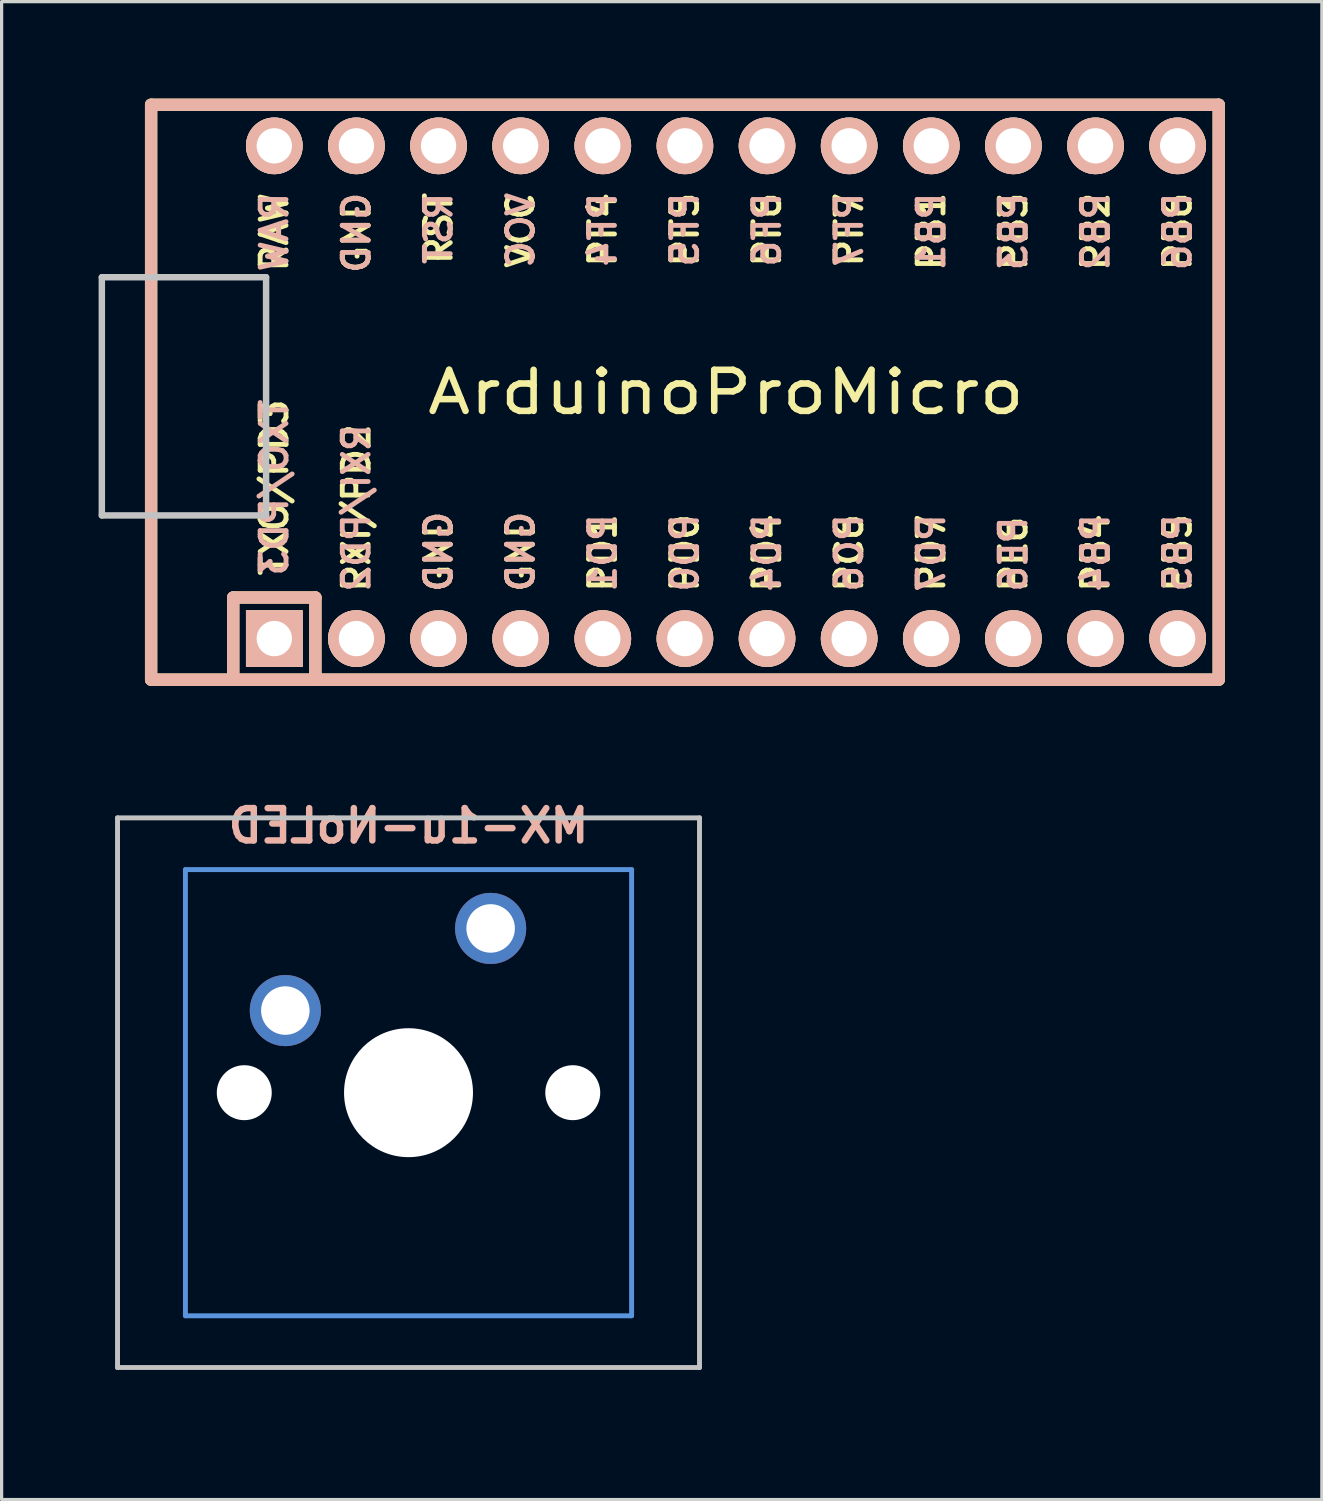
<source format=kicad_pcb>
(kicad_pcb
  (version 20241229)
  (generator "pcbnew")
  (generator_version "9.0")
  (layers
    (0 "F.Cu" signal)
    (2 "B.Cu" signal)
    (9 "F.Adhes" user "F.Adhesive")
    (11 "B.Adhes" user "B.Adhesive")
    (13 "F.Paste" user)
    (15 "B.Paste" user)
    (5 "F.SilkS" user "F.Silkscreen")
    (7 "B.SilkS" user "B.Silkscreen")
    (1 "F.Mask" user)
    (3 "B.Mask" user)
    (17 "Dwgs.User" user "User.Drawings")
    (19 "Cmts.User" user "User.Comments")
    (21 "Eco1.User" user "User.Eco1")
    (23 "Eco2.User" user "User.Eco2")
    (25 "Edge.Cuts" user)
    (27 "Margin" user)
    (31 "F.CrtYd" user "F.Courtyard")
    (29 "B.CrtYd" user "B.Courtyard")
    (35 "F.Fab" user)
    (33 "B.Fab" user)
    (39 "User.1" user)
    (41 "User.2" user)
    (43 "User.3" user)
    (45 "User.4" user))
  (footprint "MX-1u-NoLED"
    (layer "F.Cu")
    (at 9.585 30.746)
    (property "Reference" "MX-1u-NoLED" (at 0 -8.255 0) (layer "B.SilkS") (effects (font (size 1 1) (thickness 0.2)) (justify mirror)))
    (attr through_hole)
    (fp_line (start -9 -8.5) (end 9 -8.5) (stroke (width 0.152) (type solid)) (layer "Dwgs.User"))
    (fp_line (start -9 8.5) (end -9 -8.5) (stroke (width 0.152) (type solid)) (layer "Dwgs.User"))
    (fp_line (start 9 -8.5) (end 9 8.5) (stroke (width 0.152) (type solid)) (layer "Dwgs.User"))
    (fp_line (start 9 8.5) (end -9 8.5) (stroke (width 0.152) (type solid)) (layer "Dwgs.User"))
    (fp_line (start -6.9 -6.9) (end 6.9 -6.9) (stroke (width 0.152) (type solid)) (layer "Cmts.User"))
    (fp_line (start -6.9 6.9) (end -6.9 -6.9) (stroke (width 0.152) (type solid)) (layer "Cmts.User"))
    (fp_line (start 6.9 -6.9) (end 6.9 6.9) (stroke (width 0.152) (type solid)) (layer "Cmts.User"))
    (fp_line (start 6.9 6.9) (end -6.9 6.9) (stroke (width 0.152) (type solid)) (layer "Cmts.User"))
    (fp_line (start -9.525 9.525) (end -9.525 -9.525) (stroke (width 0.12) (type solid)) (layer "Eco1.User"))
    (fp_line (start 9.525 -9.525) (end -9.525 -9.525) (stroke (width 0.12) (type solid)) (layer "Eco1.User"))
    (fp_line (start 9.525 9.525) (end -9.525 9.525) (stroke (width 0.12) (type solid)) (layer "Eco1.User"))
    (fp_line (start 9.525 9.525) (end 9.525 -9.525) (stroke (width 0.12) (type solid)) (layer "Eco1.User"))
    (fp_line (start -7.5 -7.5) (end 7.5 -7.5) (stroke (width 0.152) (type solid)) (layer "Eco2.User"))
    (fp_line (start -7.5 7.5) (end -7.5 -7.5) (stroke (width 0.152) (type solid)) (layer "Eco2.User"))
    (fp_line (start 7.5 -7.5) (end 7.5 7.5) (stroke (width 0.152) (type solid)) (layer "Eco2.User"))
    (fp_line (start 7.5 7.5) (end -7.5 7.5) (stroke (width 0.152) (type solid)) (layer "Eco2.User"))
    (pad "" np_thru_hole circle (at -5.08 0) (size 1.7 1.7) (drill 1.7) (layers "*.Cu" "*.Mask"))
    (pad "" np_thru_hole circle (at 0 0) (size 3.988 3.988) (drill 3.988) (layers "*.Cu" "*.Mask"))
    (pad "" np_thru_hole circle (at 5.08 0) (size 1.7 1.7) (drill 1.7) (layers "*.Cu" "*.Mask"))
    (pad "1" thru_hole circle (at 2.54 -5.08) (size 2.2 2.2) (drill 1.5) (layers "*.Cu" "*.Mask"))
    (pad "2" thru_hole circle (at -3.81 -2.54) (size 2.2 2.2) (drill 1.5) (layers "*.Cu" "*.Mask")))
  (footprint "ArduinoProMicro"
    (layer "F.Cu")
    (at 19.404 9.081)
    (property "Reference" "ArduinoProMicro" (at 0 0 0) (layer "F.SilkS") (effects (font (size 1.27 1.524) (thickness 0.203))))
    (attr through_hole)
    (fp_line (start -17.78 -8.89) (end -17.78 8.89) (stroke (width 0.381) (type solid)) (layer "F.SilkS"))
    (fp_line (start -17.78 8.89) (end 15.24 8.89) (stroke (width 0.381) (type solid)) (layer "F.SilkS"))
    (fp_line (start -15.24 6.35) (end -15.24 8.89) (stroke (width 0.381) (type solid)) (layer "F.SilkS"))
    (fp_line (start -15.24 6.35) (end -12.7 6.35) (stroke (width 0.381) (type solid)) (layer "F.SilkS"))
    (fp_line (start -12.7 6.35) (end -12.7 8.89) (stroke (width 0.381) (type solid)) (layer "F.SilkS"))
    (fp_line (start 15.24 -8.89) (end -17.78 -8.89) (stroke (width 0.381) (type solid)) (layer "F.SilkS"))
    (fp_line (start 15.24 8.89) (end 15.24 -8.89) (stroke (width 0.381) (type solid)) (layer "F.SilkS"))
    (fp_line (start -17.78 -8.89) (end -17.78 8.89) (stroke (width 0.381) (type solid)) (layer "B.SilkS"))
    (fp_line (start -17.78 8.89) (end 15.24 8.89) (stroke (width 0.381) (type solid)) (layer "B.SilkS"))
    (fp_line (start -15.24 6.35) (end -15.24 8.89) (stroke (width 0.381) (type solid)) (layer "B.SilkS"))
    (fp_line (start -15.24 6.35) (end -12.7 6.35) (stroke (width 0.381) (type solid)) (layer "B.SilkS"))
    (fp_line (start -12.7 6.35) (end -12.7 8.89) (stroke (width 0.381) (type solid)) (layer "B.SilkS"))
    (fp_line (start 15.24 -8.89) (end -17.78 -8.89) (stroke (width 0.381) (type solid)) (layer "B.SilkS"))
    (fp_line (start 15.24 8.89) (end 15.24 -8.89) (stroke (width 0.381) (type solid)) (layer "B.SilkS"))
    (fp_line (start -19.304 -3.556) (end -14.224 -3.556) (stroke (width 0.2) (type solid)) (layer "Dwgs.User"))
    (fp_line (start -19.304 3.81) (end -19.304 -3.556) (stroke (width 0.2) (type solid)) (layer "Dwgs.User"))
    (fp_line (start -14.224 -3.556) (end -14.224 3.81) (stroke (width 0.2) (type solid)) (layer "Dwgs.User"))
    (fp_line (start -14.224 3.81) (end -19.304 3.81) (stroke (width 0.2) (type solid)) (layer "Dwgs.User"))
    (fp_text user "RST" (at -8.89 -6.25 90) (layer "F.SilkS") (effects (font (size 0.8 0.8) (thickness 0.15)) (justify right)))
    (fp_text user "PF6" (at 1.27 -6.25 90) (layer "F.SilkS") (effects (font (size 0.8 0.8) (thickness 0.15)) (justify right)))
    (fp_text user "RAW" (at -13.97 -6.25 90) (layer "F.SilkS") (effects (font (size 0.8 0.8) (thickness 0.15)) (justify right)))
    (fp_text user "PF7" (at 3.81 -6.25 90) (layer "F.SilkS") (effects (font (size 0.8 0.8) (thickness 0.15)) (justify right)))
    (fp_text user "PB3" (at 8.89 -6.25 90) (layer "F.SilkS") (effects (font (size 0.8 0.8) (thickness 0.15)) (justify right)))
    (fp_text user "PB1" (at 6.35 -6.25 90) (layer "F.SilkS") (effects (font (size 0.8 0.8) (thickness 0.15)) (justify right)))
    (fp_text user "PD4" (at 1.27 6.25 90) (layer "F.SilkS") (effects (font (size 0.8 0.8) (thickness 0.15)) (justify left)))
    (fp_text user "RXI/PD2" (at -11.43 6.25 90) (layer "F.SilkS") (effects (font (size 0.8 0.8) (thickness 0.15)) (justify left)))
    (fp_text user "PD0" (at -1.27 6.25 90) (layer "F.SilkS") (effects (font (size 0.8 0.8) (thickness 0.15)) (justify left)))
    (fp_text user "PD1" (at -3.81 6.25 90) (layer "F.SilkS") (effects (font (size 0.8 0.8) (thickness 0.15)) (justify left)))
    (fp_text user "PD7" (at 6.35 6.25 90) (layer "F.SilkS") (effects (font (size 0.8 0.8) (thickness 0.15)) (justify left)))
    (fp_text user "GND" (at -11.43 -6.25 90) (layer "F.SilkS") (effects (font (size 0.8 0.8) (thickness 0.15)) (justify right)))
    (fp_text user "GND" (at -6.35 6.25 90) (layer "F.SilkS") (effects (font (size 0.8 0.8) (thickness 0.15)) (justify left)))
    (fp_text user "PE6" (at 8.89 6.25 90) (layer "F.SilkS") (effects (font (size 0.8 0.8) (thickness 0.15)) (justify left)))
    (fp_text user "PB4" (at 11.43 6.25 90) (layer "F.SilkS") (effects (font (size 0.8 0.8) (thickness 0.15)) (justify left)))
    (fp_text user "PB5" (at 13.97 6.25 90) (layer "F.SilkS") (effects (font (size 0.8 0.8) (thickness 0.15)) (justify left)))
    (fp_text user "PB2" (at 11.43 -6.25 90) (layer "F.SilkS") (effects (font (size 0.8 0.8) (thickness 0.15)) (justify right)))
    (fp_text user "PF5" (at -1.27 -6.25 90) (layer "F.SilkS") (effects (font (size 0.8 0.8) (thickness 0.15)) (justify right)))
    (fp_text user "GND" (at -8.89 6.25 90) (layer "F.SilkS") (effects (font (size 0.8 0.8) (thickness 0.15)) (justify left)))
    (fp_text user "PF4" (at -3.81 -6.25 90) (layer "F.SilkS") (effects (font (size 0.8 0.8) (thickness 0.15)) (justify right)))
    (fp_text user "VCC" (at -6.35 -6.25 90) (layer "F.SilkS") (effects (font (size 0.8 0.8) (thickness 0.15)) (justify right)))
    (fp_text user "PC6" (at 3.81 6.25 90) (layer "F.SilkS") (effects (font (size 0.8 0.8) (thickness 0.15)) (justify left)))
    (fp_text user "PB6" (at 13.97 -6.25 90) (layer "F.SilkS") (effects (font (size 0.8 0.8) (thickness 0.15)) (justify right)))
    (fp_text user "TXO/PD3" (at -13.97 5.75 90) (layer "F.SilkS") (effects (font (size 0.8 0.8) (thickness 0.15)) (justify left)))
    (fp_text user "PB5" (at 13.97 6.25 90) (layer "B.SilkS") (effects (font (size 0.8 0.8) (thickness 0.15)) (justify right mirror)))
    (fp_text user "PF5" (at -1.27 -6.25 90) (layer "B.SilkS") (effects (font (size 0.8 0.8) (thickness 0.15)) (justify left mirror)))
    (fp_text user "PB2" (at 11.43 -6.25 90) (layer "B.SilkS") (effects (font (size 0.8 0.8) (thickness 0.15)) (justify left mirror)))
    (fp_text user "PB3" (at 8.89 -6.25 90) (layer "B.SilkS") (effects (font (size 0.8 0.8) (thickness 0.15)) (justify left mirror)))
    (fp_text user "GND" (at -6.35 6.25 90) (layer "B.SilkS") (effects (font (size 0.8 0.8) (thickness 0.15)) (justify right mirror)))
    (fp_text user "PB1" (at 6.35 -6.25 90) (layer "B.SilkS") (effects (font (size 0.8 0.8) (thickness 0.15)) (justify left mirror)))
    (fp_text user "PF7" (at 3.81 -6.25 90) (layer "B.SilkS") (effects (font (size 0.8 0.8) (thickness 0.15)) (justify left mirror)))
    (fp_text user "RAW" (at -13.97 -6.25 90) (layer "B.SilkS") (effects (font (size 0.8 0.8) (thickness 0.15)) (justify left mirror)))
    (fp_text user "GND" (at -8.89 6.25 90) (layer "B.SilkS") (effects (font (size 0.8 0.8) (thickness 0.15)) (justify right mirror)))
    (fp_text user "PD0" (at -1.27 6.25 90) (layer "B.SilkS") (effects (font (size 0.8 0.8) (thickness 0.15)) (justify right mirror)))
    (fp_text user "PD4" (at 1.27 6.25 90) (layer "B.SilkS") (effects (font (size 0.8 0.8) (thickness 0.15)) (justify right mirror)))
    (fp_text user "PF6" (at 1.27 -6.25 90) (layer "B.SilkS") (effects (font (size 0.8 0.8) (thickness 0.15)) (justify left mirror)))
    (fp_text user "PC6" (at 3.81 6.25 90) (layer "B.SilkS") (effects (font (size 0.8 0.8) (thickness 0.15)) (justify right mirror)))
    (fp_text user "TXO/PD3" (at -13.97 5.75 90) (layer "B.SilkS") (effects (font (size 0.8 0.8) (thickness 0.15)) (justify right mirror)))
    (fp_text user "GND" (at -11.43 -6.25 90) (layer "B.SilkS") (effects (font (size 0.8 0.8) (thickness 0.15)) (justify left mirror)))
    (fp_text user "VCC" (at -6.35 -6.25 90) (layer "B.SilkS") (effects (font (size 0.8 0.8) (thickness 0.15)) (justify left mirror)))
    (fp_text user "PB6" (at 13.97 -6.25 90) (layer "B.SilkS") (effects (font (size 0.8 0.8) (thickness 0.15)) (justify left mirror)))
    (fp_text user "PB4" (at 11.43 6.25 90) (layer "B.SilkS") (effects (font (size 0.8 0.8) (thickness 0.15)) (justify right mirror)))
    (fp_text user "RXI/PD2" (at -11.43 6.25 90) (layer "B.SilkS") (effects (font (size 0.8 0.8) (thickness 0.15)) (justify right mirror)))
    (fp_text user "PF4" (at -3.81 -6.25 90) (layer "B.SilkS") (effects (font (size 0.8 0.8) (thickness 0.15)) (justify left mirror)))
    (fp_text user "PD7" (at 6.35 6.25 90) (layer "B.SilkS") (effects (font (size 0.8 0.8) (thickness 0.15)) (justify right mirror)))
    (fp_text user "PD1" (at -3.81 6.25 90) (layer "B.SilkS") (effects (font (size 0.8 0.8) (thickness 0.15)) (justify right mirror)))
    (fp_text user "PE6" (at 8.89 6.25 90) (layer "B.SilkS") (effects (font (size 0.8 0.8) (thickness 0.15)) (justify right mirror)))
    (fp_text user "RST" (at -8.89 -6.25 90) (layer "B.SilkS") (effects (font (size 0.8 0.8) (thickness 0.15)) (justify left mirror)))
    (pad "1" thru_hole rect (at -13.97 7.62) (size 1.753 1.753) (drill 1.092) (layers "*.Cu" "*.SilkS" "*.Mask"))
    (pad "2" thru_hole circle (at -11.43 7.62) (size 1.753 1.753) (drill 1.092) (layers "*.Cu" "*.SilkS" "*.Mask"))
    (pad "3" thru_hole circle (at -8.89 7.62) (size 1.753 1.753) (drill 1.092) (layers "*.Cu" "*.SilkS" "*.Mask"))
    (pad "4" thru_hole circle (at -6.35 7.62) (size 1.753 1.753) (drill 1.092) (layers "*.Cu" "*.SilkS" "*.Mask"))
    (pad "5" thru_hole circle (at -3.81 7.62) (size 1.753 1.753) (drill 1.092) (layers "*.Cu" "*.SilkS" "*.Mask"))
    (pad "6" thru_hole circle (at -1.27 7.62) (size 1.753 1.753) (drill 1.092) (layers "*.Cu" "*.SilkS" "*.Mask"))
    (pad "7" thru_hole circle (at 1.27 7.62) (size 1.753 1.753) (drill 1.092) (layers "*.Cu" "*.SilkS" "*.Mask"))
    (pad "8" thru_hole circle (at 3.81 7.62) (size 1.753 1.753) (drill 1.092) (layers "*.Cu" "*.SilkS" "*.Mask"))
    (pad "9" thru_hole circle (at 6.35 7.62) (size 1.753 1.753) (drill 1.092) (layers "*.Cu" "*.SilkS" "*.Mask"))
    (pad "10" thru_hole circle (at 8.89 7.62) (size 1.753 1.753) (drill 1.092) (layers "*.Cu" "*.SilkS" "*.Mask"))
    (pad "11" thru_hole circle (at 11.43 7.62) (size 1.753 1.753) (drill 1.092) (layers "*.Cu" "*.SilkS" "*.Mask"))
    (pad "12" thru_hole circle (at 13.97 7.62) (size 1.753 1.753) (drill 1.092) (layers "*.Cu" "*.SilkS" "*.Mask"))
    (pad "13" thru_hole circle (at 13.97 -7.62) (size 1.753 1.753) (drill 1.092) (layers "*.Cu" "*.SilkS" "*.Mask"))
    (pad "14" thru_hole circle (at 11.43 -7.62) (size 1.753 1.753) (drill 1.092) (layers "*.Cu" "*.SilkS" "*.Mask"))
    (pad "15" thru_hole circle (at 8.89 -7.62) (size 1.753 1.753) (drill 1.092) (layers "*.Cu" "*.SilkS" "*.Mask"))
    (pad "16" thru_hole circle (at 6.35 -7.62) (size 1.753 1.753) (drill 1.092) (layers "*.Cu" "*.SilkS" "*.Mask"))
    (pad "17" thru_hole circle (at 3.81 -7.62) (size 1.753 1.753) (drill 1.092) (layers "*.Cu" "*.SilkS" "*.Mask"))
    (pad "18" thru_hole circle (at 1.27 -7.62) (size 1.753 1.753) (drill 1.092) (layers "*.Cu" "*.SilkS" "*.Mask"))
    (pad "19" thru_hole circle (at -1.27 -7.62) (size 1.753 1.753) (drill 1.092) (layers "*.Cu" "*.SilkS" "*.Mask"))
    (pad "20" thru_hole circle (at -3.81 -7.62) (size 1.753 1.753) (drill 1.092) (layers "*.Cu" "*.SilkS" "*.Mask"))
    (pad "21" thru_hole circle (at -6.35 -7.62) (size 1.753 1.753) (drill 1.092) (layers "*.Cu" "*.SilkS" "*.Mask"))
    (pad "22" thru_hole circle (at -8.89 -7.62) (size 1.753 1.753) (drill 1.092) (layers "*.Cu" "*.SilkS" "*.Mask"))
    (pad "23" thru_hole circle (at -11.43 -7.62) (size 1.753 1.753) (drill 1.092) (layers "*.Cu" "*.SilkS" "*.Mask"))
    (pad "24" thru_hole circle (at -13.97 -7.62) (size 1.753 1.753) (drill 1.092) (layers "*.Cu" "*.SilkS" "*.Mask")))
  (gr_rect
    (start -3 -3)
    (end 37.834 43.331)
    (stroke (width 0.1) (type default))
    (fill no)
    (layer "Edge.Cuts")))
</source>
